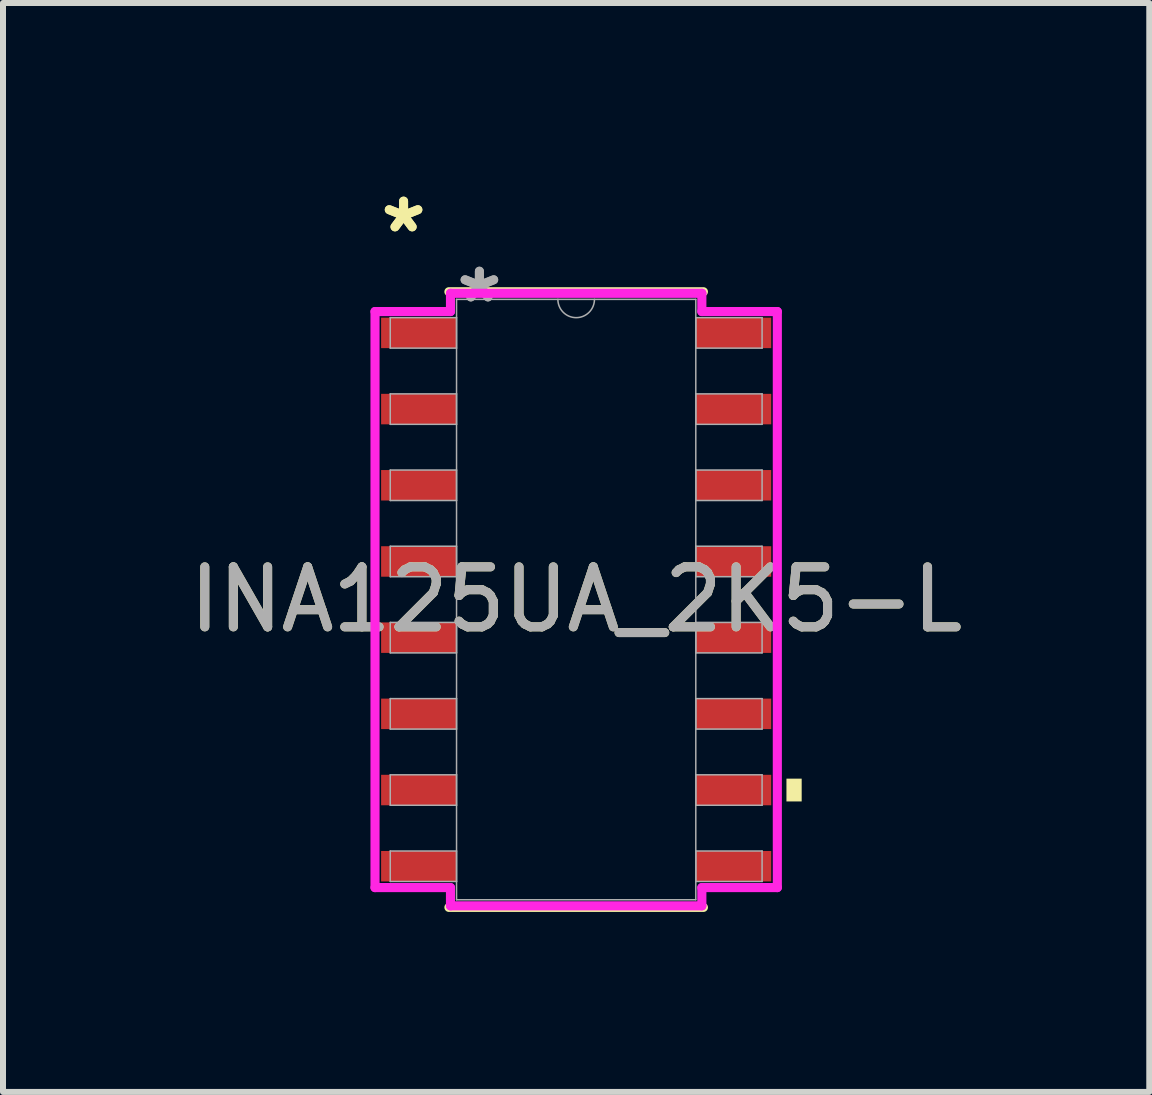
<source format=kicad_pcb>
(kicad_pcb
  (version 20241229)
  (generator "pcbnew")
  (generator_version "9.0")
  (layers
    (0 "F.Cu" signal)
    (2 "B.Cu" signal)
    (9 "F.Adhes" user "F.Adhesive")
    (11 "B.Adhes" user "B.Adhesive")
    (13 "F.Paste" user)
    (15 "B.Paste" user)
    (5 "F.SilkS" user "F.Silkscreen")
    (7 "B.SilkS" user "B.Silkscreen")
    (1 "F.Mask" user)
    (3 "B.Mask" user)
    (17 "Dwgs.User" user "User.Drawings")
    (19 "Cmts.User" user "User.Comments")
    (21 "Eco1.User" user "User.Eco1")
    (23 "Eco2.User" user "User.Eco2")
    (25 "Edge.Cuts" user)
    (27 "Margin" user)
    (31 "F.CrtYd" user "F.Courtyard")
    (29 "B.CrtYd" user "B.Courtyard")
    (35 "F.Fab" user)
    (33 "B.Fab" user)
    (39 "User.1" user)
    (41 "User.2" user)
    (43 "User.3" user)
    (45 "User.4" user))
  (footprint "INA125UA_2K5-L"
    (layer "F.Cu")
    (at 6.554 6.944)
    (property "Reference" "INA125UA_2K5-L" (at 0 0 0) (unlocked yes) (layer "F.SilkS") (effects (font (size 1 1) (thickness 0.15))))
    (attr smd)
    (fp_line (start -2.121 5.131) (end 2.121 5.131) (stroke (width 0.152) (type solid)) (layer "F.SilkS"))
    (fp_line (start 2.121 -5.131) (end -2.121 -5.131) (stroke (width 0.152) (type solid)) (layer "F.SilkS"))
    (fp_poly (pts (xy 3.759 2.985) (xy 3.759 3.365) (xy 3.505 3.365) (xy 3.505 2.985)) (stroke (width 0) (type solid)) (fill yes) (layer "F.SilkS"))
    (fp_line (start -3.353 -4.801) (end -2.095 -4.801) (stroke (width 0.152) (type solid)) (layer "F.CrtYd"))
    (fp_line (start -3.353 4.801) (end -3.353 -4.801) (stroke (width 0.152) (type solid)) (layer "F.CrtYd"))
    (fp_line (start -3.353 4.801) (end -2.095 4.801) (stroke (width 0.152) (type solid)) (layer "F.CrtYd"))
    (fp_line (start -2.095 -5.105) (end 2.095 -5.105) (stroke (width 0.152) (type solid)) (layer "F.CrtYd"))
    (fp_line (start -2.095 -4.801) (end -2.095 -5.105) (stroke (width 0.152) (type solid)) (layer "F.CrtYd"))
    (fp_line (start -2.095 5.105) (end -2.095 4.801) (stroke (width 0.152) (type solid)) (layer "F.CrtYd"))
    (fp_line (start 2.095 -5.105) (end 2.095 -4.801) (stroke (width 0.152) (type solid)) (layer "F.CrtYd"))
    (fp_line (start 2.095 4.801) (end 2.095 5.105) (stroke (width 0.152) (type solid)) (layer "F.CrtYd"))
    (fp_line (start 2.095 5.105) (end -2.095 5.105) (stroke (width 0.152) (type solid)) (layer "F.CrtYd"))
    (fp_line (start 3.353 -4.801) (end 2.095 -4.801) (stroke (width 0.152) (type solid)) (layer "F.CrtYd"))
    (fp_line (start 3.353 -4.801) (end 3.353 4.801) (stroke (width 0.152) (type solid)) (layer "F.CrtYd"))
    (fp_line (start 3.353 4.801) (end 2.095 4.801) (stroke (width 0.152) (type solid)) (layer "F.CrtYd"))
    (fp_line (start -3.099 -4.699) (end -3.099 -4.191) (stroke (width 0.025) (type solid)) (layer "F.Fab"))
    (fp_line (start -3.099 -4.191) (end -1.994 -4.191) (stroke (width 0.025) (type solid)) (layer "F.Fab"))
    (fp_line (start -3.099 -3.429) (end -3.099 -2.921) (stroke (width 0.025) (type solid)) (layer "F.Fab"))
    (fp_line (start -3.099 -2.921) (end -1.994 -2.921) (stroke (width 0.025) (type solid)) (layer "F.Fab"))
    (fp_line (start -3.099 -2.159) (end -3.099 -1.651) (stroke (width 0.025) (type solid)) (layer "F.Fab"))
    (fp_line (start -3.099 -1.651) (end -1.994 -1.651) (stroke (width 0.025) (type solid)) (layer "F.Fab"))
    (fp_line (start -3.099 -0.889) (end -3.099 -0.381) (stroke (width 0.025) (type solid)) (layer "F.Fab"))
    (fp_line (start -3.099 -0.381) (end -1.994 -0.381) (stroke (width 0.025) (type solid)) (layer "F.Fab"))
    (fp_line (start -3.099 0.381) (end -3.099 0.889) (stroke (width 0.025) (type solid)) (layer "F.Fab"))
    (fp_line (start -3.099 0.889) (end -1.994 0.889) (stroke (width 0.025) (type solid)) (layer "F.Fab"))
    (fp_line (start -3.099 1.651) (end -3.099 2.159) (stroke (width 0.025) (type solid)) (layer "F.Fab"))
    (fp_line (start -3.099 2.159) (end -1.994 2.159) (stroke (width 0.025) (type solid)) (layer "F.Fab"))
    (fp_line (start -3.099 2.921) (end -3.099 3.429) (stroke (width 0.025) (type solid)) (layer "F.Fab"))
    (fp_line (start -3.099 3.429) (end -1.994 3.429) (stroke (width 0.025) (type solid)) (layer "F.Fab"))
    (fp_line (start -3.099 4.191) (end -3.099 4.699) (stroke (width 0.025) (type solid)) (layer "F.Fab"))
    (fp_line (start -3.099 4.699) (end -1.994 4.699) (stroke (width 0.025) (type solid)) (layer "F.Fab"))
    (fp_line (start -1.994 -5.004) (end -1.994 5.004) (stroke (width 0.025) (type solid)) (layer "F.Fab"))
    (fp_line (start -1.994 -4.699) (end -3.099 -4.699) (stroke (width 0.025) (type solid)) (layer "F.Fab"))
    (fp_line (start -1.994 -4.191) (end -1.994 -4.699) (stroke (width 0.025) (type solid)) (layer "F.Fab"))
    (fp_line (start -1.994 -3.429) (end -3.099 -3.429) (stroke (width 0.025) (type solid)) (layer "F.Fab"))
    (fp_line (start -1.994 -2.921) (end -1.994 -3.429) (stroke (width 0.025) (type solid)) (layer "F.Fab"))
    (fp_line (start -1.994 -2.159) (end -3.099 -2.159) (stroke (width 0.025) (type solid)) (layer "F.Fab"))
    (fp_line (start -1.994 -1.651) (end -1.994 -2.159) (stroke (width 0.025) (type solid)) (layer "F.Fab"))
    (fp_line (start -1.994 -0.889) (end -3.099 -0.889) (stroke (width 0.025) (type solid)) (layer "F.Fab"))
    (fp_line (start -1.994 -0.381) (end -1.994 -0.889) (stroke (width 0.025) (type solid)) (layer "F.Fab"))
    (fp_line (start -1.994 0.381) (end -3.099 0.381) (stroke (width 0.025) (type solid)) (layer "F.Fab"))
    (fp_line (start -1.994 0.889) (end -1.994 0.381) (stroke (width 0.025) (type solid)) (layer "F.Fab"))
    (fp_line (start -1.994 1.651) (end -3.099 1.651) (stroke (width 0.025) (type solid)) (layer "F.Fab"))
    (fp_line (start -1.994 2.159) (end -1.994 1.651) (stroke (width 0.025) (type solid)) (layer "F.Fab"))
    (fp_line (start -1.994 2.921) (end -3.099 2.921) (stroke (width 0.025) (type solid)) (layer "F.Fab"))
    (fp_line (start -1.994 3.429) (end -1.994 2.921) (stroke (width 0.025) (type solid)) (layer "F.Fab"))
    (fp_line (start -1.994 4.191) (end -3.099 4.191) (stroke (width 0.025) (type solid)) (layer "F.Fab"))
    (fp_line (start -1.994 4.699) (end -1.994 4.191) (stroke (width 0.025) (type solid)) (layer "F.Fab"))
    (fp_line (start -1.994 5.004) (end 1.994 5.004) (stroke (width 0.025) (type solid)) (layer "F.Fab"))
    (fp_line (start 1.994 -5.004) (end -1.994 -5.004) (stroke (width 0.025) (type solid)) (layer "F.Fab"))
    (fp_line (start 1.994 -4.699) (end 1.994 -4.191) (stroke (width 0.025) (type solid)) (layer "F.Fab"))
    (fp_line (start 1.994 -4.191) (end 3.099 -4.191) (stroke (width 0.025) (type solid)) (layer "F.Fab"))
    (fp_line (start 1.994 -3.429) (end 1.994 -2.921) (stroke (width 0.025) (type solid)) (layer "F.Fab"))
    (fp_line (start 1.994 -2.921) (end 3.099 -2.921) (stroke (width 0.025) (type solid)) (layer "F.Fab"))
    (fp_line (start 1.994 -2.159) (end 1.994 -1.651) (stroke (width 0.025) (type solid)) (layer "F.Fab"))
    (fp_line (start 1.994 -1.651) (end 3.099 -1.651) (stroke (width 0.025) (type solid)) (layer "F.Fab"))
    (fp_line (start 1.994 -0.889) (end 1.994 -0.381) (stroke (width 0.025) (type solid)) (layer "F.Fab"))
    (fp_line (start 1.994 -0.381) (end 3.099 -0.381) (stroke (width 0.025) (type solid)) (layer "F.Fab"))
    (fp_line (start 1.994 0.381) (end 1.994 0.889) (stroke (width 0.025) (type solid)) (layer "F.Fab"))
    (fp_line (start 1.994 0.889) (end 3.099 0.889) (stroke (width 0.025) (type solid)) (layer "F.Fab"))
    (fp_line (start 1.994 1.651) (end 1.994 2.159) (stroke (width 0.025) (type solid)) (layer "F.Fab"))
    (fp_line (start 1.994 2.159) (end 3.099 2.159) (stroke (width 0.025) (type solid)) (layer "F.Fab"))
    (fp_line (start 1.994 2.921) (end 1.994 3.429) (stroke (width 0.025) (type solid)) (layer "F.Fab"))
    (fp_line (start 1.994 3.429) (end 3.099 3.429) (stroke (width 0.025) (type solid)) (layer "F.Fab"))
    (fp_line (start 1.994 4.191) (end 1.994 4.699) (stroke (width 0.025) (type solid)) (layer "F.Fab"))
    (fp_line (start 1.994 4.699) (end 3.099 4.699) (stroke (width 0.025) (type solid)) (layer "F.Fab"))
    (fp_line (start 1.994 5.004) (end 1.994 -5.004) (stroke (width 0.025) (type solid)) (layer "F.Fab"))
    (fp_line (start 3.099 -4.699) (end 1.994 -4.699) (stroke (width 0.025) (type solid)) (layer "F.Fab"))
    (fp_line (start 3.099 -4.191) (end 3.099 -4.699) (stroke (width 0.025) (type solid)) (layer "F.Fab"))
    (fp_line (start 3.099 -3.429) (end 1.994 -3.429) (stroke (width 0.025) (type solid)) (layer "F.Fab"))
    (fp_line (start 3.099 -2.921) (end 3.099 -3.429) (stroke (width 0.025) (type solid)) (layer "F.Fab"))
    (fp_line (start 3.099 -2.159) (end 1.994 -2.159) (stroke (width 0.025) (type solid)) (layer "F.Fab"))
    (fp_line (start 3.099 -1.651) (end 3.099 -2.159) (stroke (width 0.025) (type solid)) (layer "F.Fab"))
    (fp_line (start 3.099 -0.889) (end 1.994 -0.889) (stroke (width 0.025) (type solid)) (layer "F.Fab"))
    (fp_line (start 3.099 -0.381) (end 3.099 -0.889) (stroke (width 0.025) (type solid)) (layer "F.Fab"))
    (fp_line (start 3.099 0.381) (end 1.994 0.381) (stroke (width 0.025) (type solid)) (layer "F.Fab"))
    (fp_line (start 3.099 0.889) (end 3.099 0.381) (stroke (width 0.025) (type solid)) (layer "F.Fab"))
    (fp_line (start 3.099 1.651) (end 1.994 1.651) (stroke (width 0.025) (type solid)) (layer "F.Fab"))
    (fp_line (start 3.099 2.159) (end 3.099 1.651) (stroke (width 0.025) (type solid)) (layer "F.Fab"))
    (fp_line (start 3.099 2.921) (end 1.994 2.921) (stroke (width 0.025) (type solid)) (layer "F.Fab"))
    (fp_line (start 3.099 3.429) (end 3.099 2.921) (stroke (width 0.025) (type solid)) (layer "F.Fab"))
    (fp_line (start 3.099 4.191) (end 1.994 4.191) (stroke (width 0.025) (type solid)) (layer "F.Fab"))
    (fp_line (start 3.099 4.699) (end 3.099 4.191) (stroke (width 0.025) (type solid)) (layer "F.Fab"))
    (fp_arc (start 0.3048 -5.0038) (mid 0 -4.699) (end -0.3048 -5.0038) (stroke (width 0.0254) (type solid)) (layer "F.Fab"))
    (fp_text user "*" (at -2.877 -6.096 0) (layer "F.SilkS") (effects (font (size 1 1) (thickness 0.15))))
    (fp_text user "*" (at -2.877 -6.096 0) (unlocked yes) (layer "F.SilkS") (effects (font (size 1 1) (thickness 0.15))))
    (fp_text user "*" (at -1.613 -4.928 0) (layer "F.Fab") (effects (font (size 1 1) (thickness 0.15))))
    (fp_text user "*" (at -1.613 -4.928 0) (unlocked yes) (layer "F.Fab") (effects (font (size 1 1) (thickness 0.15))))
    (fp_text user "${REFERENCE}" (at 0 0 0) (unlocked yes) (layer "F.Fab") (effects (font (size 1 1) (thickness 0.15))))
    (pad "1" smd rect (at -2.623 -4.445) (size 1.257 0.508) (layers "F.Cu" "F.Mask" "F.Paste"))
    (pad "2" smd rect (at -2.623 -3.175) (size 1.257 0.508) (layers "F.Cu" "F.Mask" "F.Paste"))
    (pad "3" smd rect (at -2.623 -1.905) (size 1.257 0.508) (layers "F.Cu" "F.Mask" "F.Paste"))
    (pad "4" smd rect (at -2.623 -0.635) (size 1.257 0.508) (layers "F.Cu" "F.Mask" "F.Paste"))
    (pad "5" smd rect (at -2.623 0.635) (size 1.257 0.508) (layers "F.Cu" "F.Mask" "F.Paste"))
    (pad "6" smd rect (at -2.623 1.905) (size 1.257 0.508) (layers "F.Cu" "F.Mask" "F.Paste"))
    (pad "7" smd rect (at -2.623 3.175) (size 1.257 0.508) (layers "F.Cu" "F.Mask" "F.Paste"))
    (pad "8" smd rect (at -2.623 4.445) (size 1.257 0.508) (layers "F.Cu" "F.Mask" "F.Paste"))
    (pad "9" smd rect (at 2.623 4.445) (size 1.257 0.508) (layers "F.Cu" "F.Mask" "F.Paste"))
    (pad "10" smd rect (at 2.623 3.175) (size 1.257 0.508) (layers "F.Cu" "F.Mask" "F.Paste"))
    (pad "11" smd rect (at 2.623 1.905) (size 1.257 0.508) (layers "F.Cu" "F.Mask" "F.Paste"))
    (pad "12" smd rect (at 2.623 0.635) (size 1.257 0.508) (layers "F.Cu" "F.Mask" "F.Paste"))
    (pad "13" smd rect (at 2.623 -0.635) (size 1.257 0.508) (layers "F.Cu" "F.Mask" "F.Paste"))
    (pad "14" smd rect (at 2.623 -1.905) (size 1.257 0.508) (layers "F.Cu" "F.Mask" "F.Paste"))
    (pad "15" smd rect (at 2.623 -3.175) (size 1.257 0.508) (layers "F.Cu" "F.Mask" "F.Paste"))
    (pad "16" smd rect (at 2.623 -4.445) (size 1.257 0.508) (layers "F.Cu" "F.Mask" "F.Paste")))
  (gr_rect
    (start -3 -3)
    (end 16.107 15.151)
    (stroke (width 0.1) (type default))
    (fill no)
    (layer "Edge.Cuts")))
</source>
